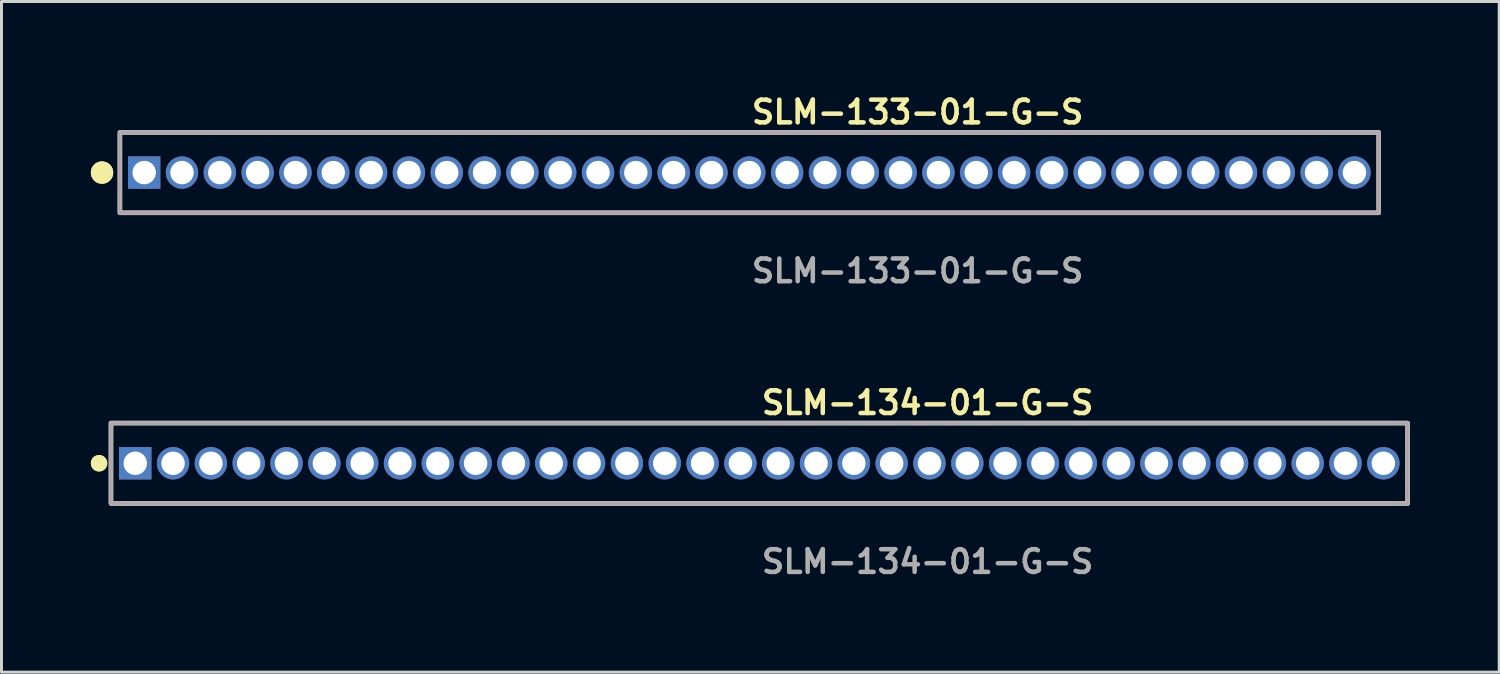
<source format=kicad_pcb>
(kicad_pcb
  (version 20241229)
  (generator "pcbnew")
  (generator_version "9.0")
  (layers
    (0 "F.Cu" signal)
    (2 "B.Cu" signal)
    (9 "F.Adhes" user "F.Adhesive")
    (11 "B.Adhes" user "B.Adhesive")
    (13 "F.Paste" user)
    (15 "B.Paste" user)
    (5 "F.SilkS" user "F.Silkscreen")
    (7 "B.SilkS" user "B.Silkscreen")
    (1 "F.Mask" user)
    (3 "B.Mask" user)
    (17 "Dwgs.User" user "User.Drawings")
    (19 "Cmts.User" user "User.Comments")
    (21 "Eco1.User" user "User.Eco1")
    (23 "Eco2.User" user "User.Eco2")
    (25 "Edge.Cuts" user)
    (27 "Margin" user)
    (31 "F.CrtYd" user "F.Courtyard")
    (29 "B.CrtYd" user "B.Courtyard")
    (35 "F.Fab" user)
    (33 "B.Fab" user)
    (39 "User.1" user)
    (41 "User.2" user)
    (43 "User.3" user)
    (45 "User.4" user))
  (footprint "SLM-133-01-G-S"
    (layer "F.Cu")
    (at 22.111 2.745)
    (property "Reference" "SLM-133-01-G-S" (at 0 -2.032 0) (unlocked yes) (layer "F.SilkS") (effects (font (size 0.762 0.762) (thickness 0.152)) (justify left)))
    (fp_rect (start -21.135 1.35) (end 21.135 -1.35) (stroke (width 0.152) (type solid)) (fill no) (layer "F.SilkS"))
    (fp_circle (center -21.735 0) (end -22.035 0) (stroke (width 0.152) (type solid)) (fill yes) (layer "F.SilkS"))
    (fp_circle (center -21.735 0) (end -22.035 0) (stroke (width 0.152) (type solid)) (fill yes) (layer "F.SilkS"))
    (fp_rect (start -21.135 1.35) (end 21.135 -1.35) (stroke (width 0.006) (type solid)) (fill no) (layer "F.CrtYd"))
    (fp_rect (start -21.135 1.35) (end 21.135 -1.35) (stroke (width 0.152) (type solid)) (fill no) (layer "F.Fab"))
    (fp_text user "${REFERENCE}" (at 0 3.302 0) (unlocked yes) (layer "F.Fab") (effects (font (size 0.762 0.762) (thickness 0.152)) (justify left)))
    (pad "1" thru_hole rect (at -20.32 0) (size 1.087 1.087) (drill 0.787) (layers "*.Cu" "*.Mask"))
    (pad "2" thru_hole circle (at -19.05 0) (size 1.087 1.087) (drill 0.787) (layers "*.Cu" "*.Mask"))
    (pad "3" thru_hole circle (at -17.78 0) (size 1.087 1.087) (drill 0.787) (layers "*.Cu" "*.Mask"))
    (pad "4" thru_hole circle (at -16.51 0) (size 1.087 1.087) (drill 0.787) (layers "*.Cu" "*.Mask"))
    (pad "5" thru_hole circle (at -15.24 0) (size 1.087 1.087) (drill 0.787) (layers "*.Cu" "*.Mask"))
    (pad "6" thru_hole circle (at -13.97 0) (size 1.087 1.087) (drill 0.787) (layers "*.Cu" "*.Mask"))
    (pad "7" thru_hole circle (at -12.7 0) (size 1.087 1.087) (drill 0.787) (layers "*.Cu" "*.Mask"))
    (pad "8" thru_hole circle (at -11.43 0) (size 1.087 1.087) (drill 0.787) (layers "*.Cu" "*.Mask"))
    (pad "9" thru_hole circle (at -10.16 0) (size 1.087 1.087) (drill 0.787) (layers "*.Cu" "*.Mask"))
    (pad "10" thru_hole circle (at -8.89 0) (size 1.087 1.087) (drill 0.787) (layers "*.Cu" "*.Mask"))
    (pad "11" thru_hole circle (at -7.62 0) (size 1.087 1.087) (drill 0.787) (layers "*.Cu" "*.Mask"))
    (pad "12" thru_hole circle (at -6.35 0) (size 1.087 1.087) (drill 0.787) (layers "*.Cu" "*.Mask"))
    (pad "13" thru_hole circle (at -5.08 0) (size 1.087 1.087) (drill 0.787) (layers "*.Cu" "*.Mask"))
    (pad "14" thru_hole circle (at -3.81 0) (size 1.087 1.087) (drill 0.787) (layers "*.Cu" "*.Mask"))
    (pad "15" thru_hole circle (at -2.54 0) (size 1.087 1.087) (drill 0.787) (layers "*.Cu" "*.Mask"))
    (pad "16" thru_hole circle (at -1.27 0) (size 1.087 1.087) (drill 0.787) (layers "*.Cu" "*.Mask"))
    (pad "17" thru_hole circle (at 0 0) (size 1.087 1.087) (drill 0.787) (layers "*.Cu" "*.Mask"))
    (pad "18" thru_hole circle (at 1.27 0) (size 1.087 1.087) (drill 0.787) (layers "*.Cu" "*.Mask"))
    (pad "19" thru_hole circle (at 2.54 0) (size 1.087 1.087) (drill 0.787) (layers "*.Cu" "*.Mask"))
    (pad "20" thru_hole circle (at 3.81 0) (size 1.087 1.087) (drill 0.787) (layers "*.Cu" "*.Mask"))
    (pad "21" thru_hole circle (at 5.08 0) (size 1.087 1.087) (drill 0.787) (layers "*.Cu" "*.Mask"))
    (pad "22" thru_hole circle (at 6.35 0) (size 1.087 1.087) (drill 0.787) (layers "*.Cu" "*.Mask"))
    (pad "23" thru_hole circle (at 7.62 0) (size 1.087 1.087) (drill 0.787) (layers "*.Cu" "*.Mask"))
    (pad "24" thru_hole circle (at 8.89 0) (size 1.087 1.087) (drill 0.787) (layers "*.Cu" "*.Mask"))
    (pad "25" thru_hole circle (at 10.16 0) (size 1.087 1.087) (drill 0.787) (layers "*.Cu" "*.Mask"))
    (pad "26" thru_hole circle (at 11.43 0) (size 1.087 1.087) (drill 0.787) (layers "*.Cu" "*.Mask"))
    (pad "27" thru_hole circle (at 12.7 0) (size 1.087 1.087) (drill 0.787) (layers "*.Cu" "*.Mask"))
    (pad "28" thru_hole circle (at 13.97 0) (size 1.087 1.087) (drill 0.787) (layers "*.Cu" "*.Mask"))
    (pad "29" thru_hole circle (at 15.24 0) (size 1.087 1.087) (drill 0.787) (layers "*.Cu" "*.Mask"))
    (pad "30" thru_hole circle (at 16.51 0) (size 1.087 1.087) (drill 0.787) (layers "*.Cu" "*.Mask"))
    (pad "31" thru_hole circle (at 17.78 0) (size 1.087 1.087) (drill 0.787) (layers "*.Cu" "*.Mask"))
    (pad "32" thru_hole circle (at 19.05 0) (size 1.087 1.087) (drill 0.787) (layers "*.Cu" "*.Mask"))
    (pad "33" thru_hole circle (at 20.32 0) (size 1.087 1.087) (drill 0.787) (layers "*.Cu" "*.Mask")))
  (footprint "SLM-134-01-G-S"
    (layer "F.Cu")
    (at 22.446 12.506)
    (property "Reference" "SLM-134-01-G-S" (at 0 -2.032 0) (unlocked yes) (layer "F.SilkS") (effects (font (size 0.762 0.762) (thickness 0.152)) (justify left)))
    (fp_rect (start -21.77 1.35) (end 21.77 -1.35) (stroke (width 0.152) (type solid)) (fill no) (layer "F.SilkS"))
    (fp_circle (center -22.17 0) (end -22.37 0) (stroke (width 0.152) (type solid)) (fill yes) (layer "F.SilkS"))
    (fp_circle (center -22.17 0) (end -22.37 0) (stroke (width 0.152) (type solid)) (fill yes) (layer "F.SilkS"))
    (fp_rect (start -21.77 1.35) (end 21.77 -1.35) (stroke (width 0.006) (type solid)) (fill no) (layer "F.CrtYd"))
    (fp_rect (start -21.77 1.35) (end 21.77 -1.35) (stroke (width 0.152) (type solid)) (fill no) (layer "F.Fab"))
    (fp_text user "${REFERENCE}" (at 0 3.302 0) (unlocked yes) (layer "F.Fab") (effects (font (size 0.762 0.762) (thickness 0.152)) (justify left)))
    (pad "1" thru_hole rect (at -20.955 0) (size 1.087 1.087) (drill 0.787) (layers "*.Cu" "*.Mask"))
    (pad "2" thru_hole circle (at -19.685 0) (size 1.087 1.087) (drill 0.787) (layers "*.Cu" "*.Mask"))
    (pad "3" thru_hole circle (at -18.415 0) (size 1.087 1.087) (drill 0.787) (layers "*.Cu" "*.Mask"))
    (pad "4" thru_hole circle (at -17.145 0) (size 1.087 1.087) (drill 0.787) (layers "*.Cu" "*.Mask"))
    (pad "5" thru_hole circle (at -15.875 0) (size 1.087 1.087) (drill 0.787) (layers "*.Cu" "*.Mask"))
    (pad "6" thru_hole circle (at -14.605 0) (size 1.087 1.087) (drill 0.787) (layers "*.Cu" "*.Mask"))
    (pad "7" thru_hole circle (at -13.335 0) (size 1.087 1.087) (drill 0.787) (layers "*.Cu" "*.Mask"))
    (pad "8" thru_hole circle (at -12.065 0) (size 1.087 1.087) (drill 0.787) (layers "*.Cu" "*.Mask"))
    (pad "9" thru_hole circle (at -10.795 0) (size 1.087 1.087) (drill 0.787) (layers "*.Cu" "*.Mask"))
    (pad "10" thru_hole circle (at -9.525 0) (size 1.087 1.087) (drill 0.787) (layers "*.Cu" "*.Mask"))
    (pad "11" thru_hole circle (at -8.255 0) (size 1.087 1.087) (drill 0.787) (layers "*.Cu" "*.Mask"))
    (pad "12" thru_hole circle (at -6.985 0) (size 1.087 1.087) (drill 0.787) (layers "*.Cu" "*.Mask"))
    (pad "13" thru_hole circle (at -5.715 0) (size 1.087 1.087) (drill 0.787) (layers "*.Cu" "*.Mask"))
    (pad "14" thru_hole circle (at -4.445 0) (size 1.087 1.087) (drill 0.787) (layers "*.Cu" "*.Mask"))
    (pad "15" thru_hole circle (at -3.175 0) (size 1.087 1.087) (drill 0.787) (layers "*.Cu" "*.Mask"))
    (pad "16" thru_hole circle (at -1.905 0) (size 1.087 1.087) (drill 0.787) (layers "*.Cu" "*.Mask"))
    (pad "17" thru_hole circle (at -0.635 0) (size 1.087 1.087) (drill 0.787) (layers "*.Cu" "*.Mask"))
    (pad "18" thru_hole circle (at 0.635 0) (size 1.087 1.087) (drill 0.787) (layers "*.Cu" "*.Mask"))
    (pad "19" thru_hole circle (at 1.905 0) (size 1.087 1.087) (drill 0.787) (layers "*.Cu" "*.Mask"))
    (pad "20" thru_hole circle (at 3.175 0) (size 1.087 1.087) (drill 0.787) (layers "*.Cu" "*.Mask"))
    (pad "21" thru_hole circle (at 4.445 0) (size 1.087 1.087) (drill 0.787) (layers "*.Cu" "*.Mask"))
    (pad "22" thru_hole circle (at 5.715 0) (size 1.087 1.087) (drill 0.787) (layers "*.Cu" "*.Mask"))
    (pad "23" thru_hole circle (at 6.985 0) (size 1.087 1.087) (drill 0.787) (layers "*.Cu" "*.Mask"))
    (pad "24" thru_hole circle (at 8.255 0) (size 1.087 1.087) (drill 0.787) (layers "*.Cu" "*.Mask"))
    (pad "25" thru_hole circle (at 9.525 0) (size 1.087 1.087) (drill 0.787) (layers "*.Cu" "*.Mask"))
    (pad "26" thru_hole circle (at 10.795 0) (size 1.087 1.087) (drill 0.787) (layers "*.Cu" "*.Mask"))
    (pad "27" thru_hole circle (at 12.065 0) (size 1.087 1.087) (drill 0.787) (layers "*.Cu" "*.Mask"))
    (pad "28" thru_hole circle (at 13.335 0) (size 1.087 1.087) (drill 0.787) (layers "*.Cu" "*.Mask"))
    (pad "29" thru_hole circle (at 14.605 0) (size 1.087 1.087) (drill 0.787) (layers "*.Cu" "*.Mask"))
    (pad "30" thru_hole circle (at 15.875 0) (size 1.087 1.087) (drill 0.787) (layers "*.Cu" "*.Mask"))
    (pad "31" thru_hole circle (at 17.145 0) (size 1.087 1.087) (drill 0.787) (layers "*.Cu" "*.Mask"))
    (pad "32" thru_hole circle (at 18.415 0) (size 1.087 1.087) (drill 0.787) (layers "*.Cu" "*.Mask"))
    (pad "33" thru_hole circle (at 19.685 0) (size 1.087 1.087) (drill 0.787) (layers "*.Cu" "*.Mask"))
    (pad "34" thru_hole circle (at 20.955 0) (size 1.087 1.087) (drill 0.787) (layers "*.Cu" "*.Mask")))
  (gr_rect
    (start -3 -3)
    (end 47.292 19.521)
    (stroke (width 0.1) (type default))
    (fill no)
    (layer "Edge.Cuts")))
</source>
